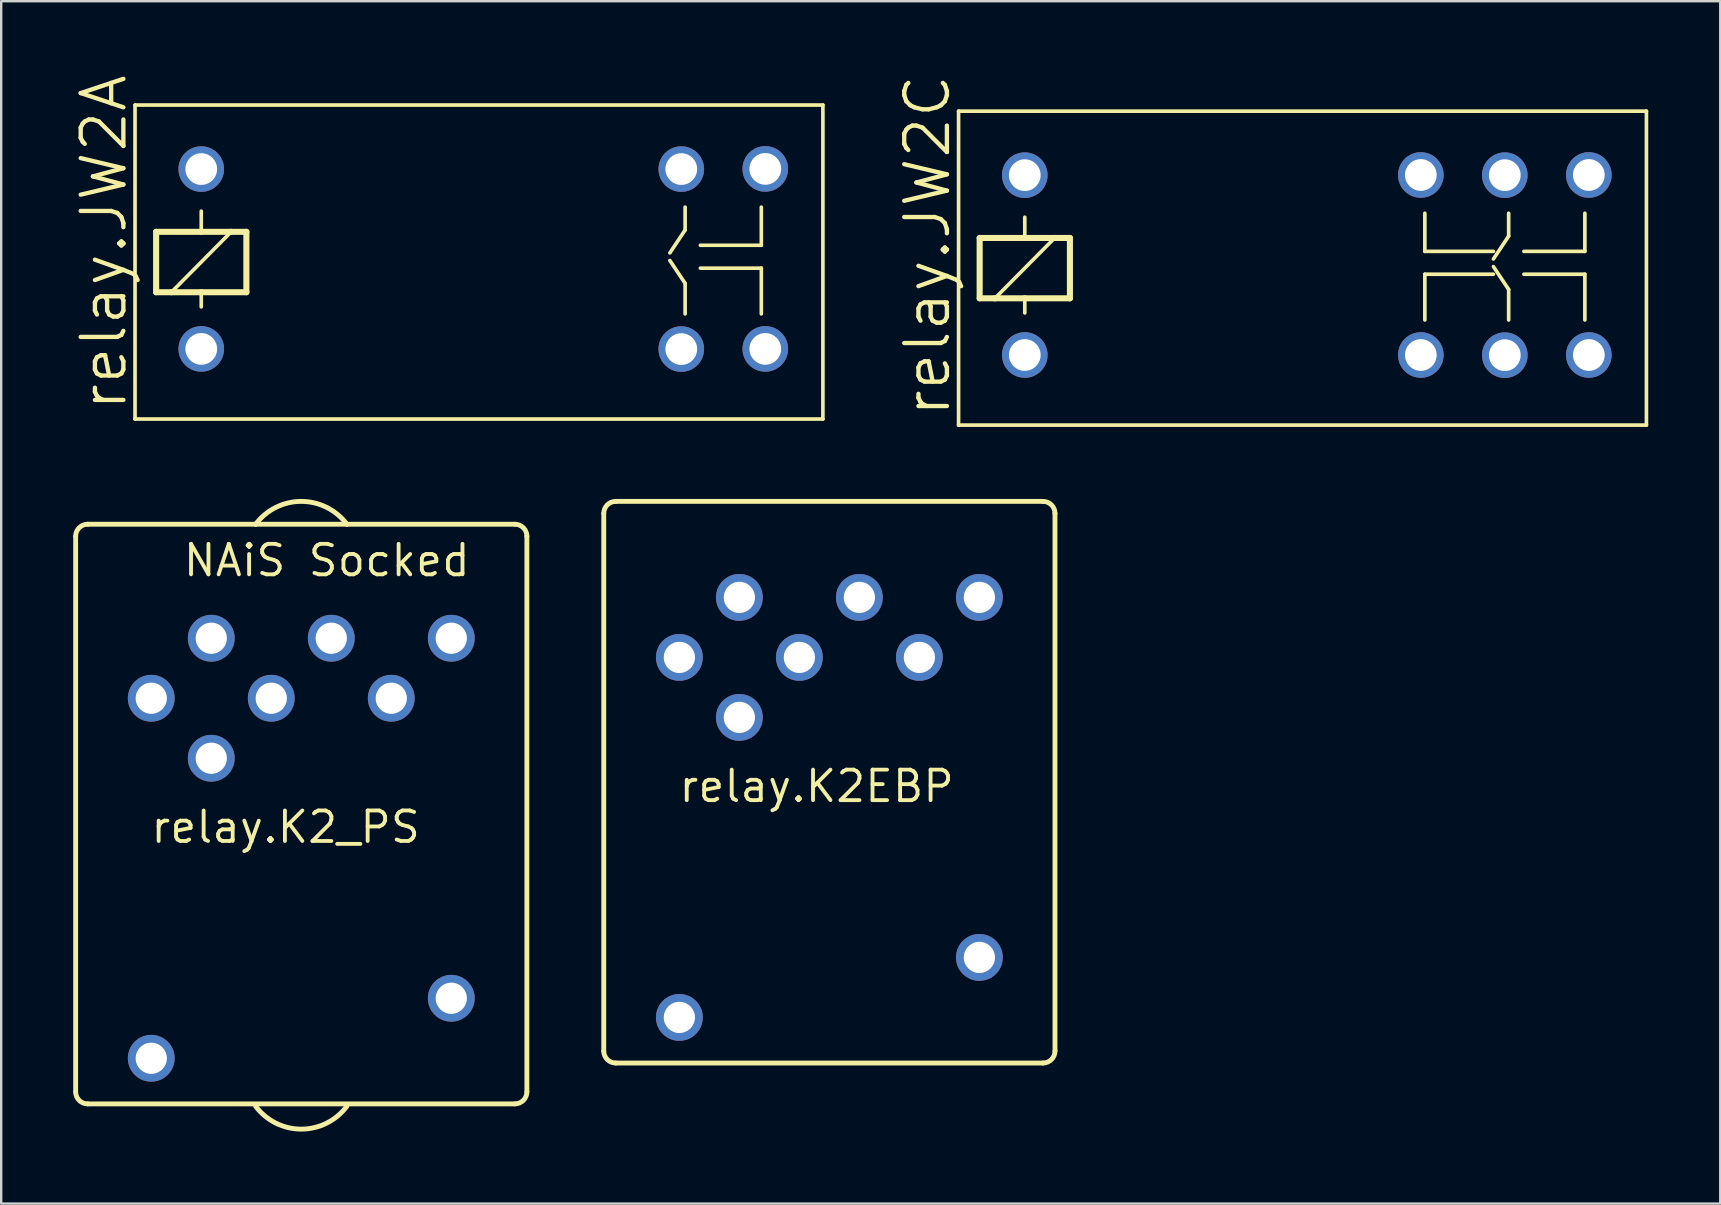
<source format=kicad_pcb>
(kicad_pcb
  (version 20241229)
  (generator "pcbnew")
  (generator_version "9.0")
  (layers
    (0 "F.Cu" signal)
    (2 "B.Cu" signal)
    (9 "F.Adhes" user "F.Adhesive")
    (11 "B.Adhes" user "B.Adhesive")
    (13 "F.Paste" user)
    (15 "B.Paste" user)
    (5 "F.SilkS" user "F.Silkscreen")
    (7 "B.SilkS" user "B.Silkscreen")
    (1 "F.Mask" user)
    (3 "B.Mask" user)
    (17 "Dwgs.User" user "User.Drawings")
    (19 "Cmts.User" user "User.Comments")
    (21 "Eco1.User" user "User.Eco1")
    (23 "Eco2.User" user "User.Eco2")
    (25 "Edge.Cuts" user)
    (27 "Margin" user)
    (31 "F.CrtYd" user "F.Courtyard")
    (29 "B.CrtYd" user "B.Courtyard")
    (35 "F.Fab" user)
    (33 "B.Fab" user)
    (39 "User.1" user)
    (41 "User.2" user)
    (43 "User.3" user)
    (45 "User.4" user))
  (footprint "relay.JW2A"
    (layer "F.Cu")
    (at 15.335 7.804)
    (property "Reference" "relay.JW2A" (at -13.018 6.35 90) (layer "F.SilkS") (effects (font (size 1.778 1.778) (thickness 0.18)) (justify left bottom)))
    (attr through_hole)
    (fp_line (start -12.759 6.604) (end -12.759 -6.477) (stroke (width 0.152) (type default)) (layer "F.SilkS"))
    (fp_line (start -12.759 6.604) (end 15.9 6.604) (stroke (width 0.152) (type default)) (layer "F.SilkS"))
    (fp_line (start -11.88 -1.194) (end -10 -1.194) (stroke (width 0.254) (type default)) (layer "F.SilkS"))
    (fp_line (start -11.88 1.321) (end -11.88 -1.194) (stroke (width 0.254) (type default)) (layer "F.SilkS"))
    (fp_line (start -11.245 1.321) (end -11.88 1.321) (stroke (width 0.254) (type default)) (layer "F.SilkS"))
    (fp_line (start -10 -2.057) (end -10 -1.194) (stroke (width 0.152) (type default)) (layer "F.SilkS"))
    (fp_line (start -10 -1.194) (end -8.755 -1.194) (stroke (width 0.254) (type default)) (layer "F.SilkS"))
    (fp_line (start -10 1.321) (end -11.245 1.321) (stroke (width 0.254) (type default)) (layer "F.SilkS"))
    (fp_line (start -10 1.321) (end -10 1.93) (stroke (width 0.152) (type default)) (layer "F.SilkS"))
    (fp_line (start -8.755 -1.194) (end -11.245 1.321) (stroke (width 0.152) (type default)) (layer "F.SilkS"))
    (fp_line (start -8.755 -1.194) (end -8.12 -1.194) (stroke (width 0.254) (type default)) (layer "F.SilkS"))
    (fp_line (start -8.12 -1.194) (end -8.12 1.321) (stroke (width 0.254) (type default)) (layer "F.SilkS"))
    (fp_line (start -8.12 1.321) (end -10 1.321) (stroke (width 0.254) (type default)) (layer "F.SilkS"))
    (fp_line (start 9.525 -0.318) (end 10.16 -1.27) (stroke (width 0.152) (type default)) (layer "F.SilkS"))
    (fp_line (start 9.525 0) (end 10.16 0.953) (stroke (width 0.152) (type default)) (layer "F.SilkS"))
    (fp_line (start 10.16 -2.223) (end 10.16 -1.27) (stroke (width 0.152) (type default)) (layer "F.SilkS"))
    (fp_line (start 10.16 2.223) (end 10.16 0.953) (stroke (width 0.152) (type default)) (layer "F.SilkS"))
    (fp_line (start 10.795 -0.635) (end 13.335 -0.635) (stroke (width 0.152) (type default)) (layer "F.SilkS"))
    (fp_line (start 10.795 0.318) (end 13.335 0.318) (stroke (width 0.152) (type default)) (layer "F.SilkS"))
    (fp_line (start 13.335 -0.635) (end 13.335 -2.223) (stroke (width 0.152) (type default)) (layer "F.SilkS"))
    (fp_line (start 13.335 0.318) (end 13.335 2.223) (stroke (width 0.152) (type default)) (layer "F.SilkS"))
    (fp_line (start 15.9 -6.477) (end -12.759 -6.477) (stroke (width 0.152) (type default)) (layer "F.SilkS"))
    (fp_line (start 15.9 -6.477) (end 15.9 6.604) (stroke (width 0.152) (type default)) (layer "F.SilkS"))
    (pad "1" thru_hole circle (at -10 3.683) (size 1.9 1.9) (drill 1.321) (layers "*.Cu" "*.Mask"))
    (pad "3" thru_hole circle (at 10 3.69) (size 1.9 1.9) (drill 1.321) (layers "*.Cu" "*.Mask"))
    (pad "4" thru_hole circle (at 13.5 3.683) (size 1.9 1.9) (drill 1.321) (layers "*.Cu" "*.Mask"))
    (pad "5" thru_hole circle (at 13.5 -3.817) (size 1.9 1.9) (drill 1.321) (layers "*.Cu" "*.Mask"))
    (pad "6" thru_hole circle (at 10 -3.81) (size 1.9 1.9) (drill 1.321) (layers "*.Cu" "*.Mask"))
    (pad "8" thru_hole circle (at -10 -3.81) (size 1.9 1.9) (drill 1.321) (layers "*.Cu" "*.Mask")))
  (footprint "relay.K2EBP"
    (layer "F.Cu")
    (at 31.505 30.59)
    (property "Reference" "relay.K2EBP" (at -6.35 -0.14 0) (layer "F.SilkS") (effects (font (size 1.27 1.27) (thickness 0.16)) (justify left bottom)))
    (attr through_hole)
    (fp_line (start -9.4 10.15) (end -9.4 -12.25) (stroke (width 0.203) (type default)) (layer "F.SilkS"))
    (fp_line (start -8.9 -12.75) (end 8.9 -12.75) (stroke (width 0.203) (type default)) (layer "F.SilkS"))
    (fp_line (start 8.9 10.65) (end -8.9 10.65) (stroke (width 0.203) (type default)) (layer "F.SilkS"))
    (fp_line (start 9.4 -12.25) (end 9.4 10.15) (stroke (width 0.203) (type default)) (layer "F.SilkS"))
    (fp_arc (start -9.4 -12.25) (mid -9.253553 -12.603553) (end -8.9 -12.75) (stroke (width 0.2032) (type default)) (layer "F.SilkS"))
    (fp_arc (start -8.9 10.65) (mid -9.253553 10.503553) (end -9.4 10.15) (stroke (width 0.2032) (type default)) (layer "F.SilkS"))
    (fp_arc (start 8.9 -12.75) (mid 9.253553 -12.603553) (end 9.4 -12.25) (stroke (width 0.2032) (type default)) (layer "F.SilkS"))
    (fp_arc (start 9.4 10.15) (mid 9.253553 10.503553) (end 8.9 10.65) (stroke (width 0.2032) (type default)) (layer "F.SilkS"))
    (pad "1" thru_hole circle (at 6.25 6.25 180) (size 1.95 1.95) (drill 1.3) (layers "*.Cu" "*.Mask"))
    (pad "2" thru_hole circle (at -6.25 8.75 180) (size 1.95 1.95) (drill 1.3) (layers "*.Cu" "*.Mask"))
    (pad "C1" thru_hole circle (at 1.25 -8.75 180) (size 1.95 1.95) (drill 1.3) (layers "*.Cu" "*.Mask"))
    (pad "C2" thru_hole circle (at -1.25 -6.25 180) (size 1.95 1.95) (drill 1.3) (layers "*.Cu" "*.Mask"))
    (pad "G" thru_hole circle (at -3.75 -3.75 180) (size 1.95 1.95) (drill 1.3) (layers "*.Cu" "*.Mask"))
    (pad "NC1" thru_hole circle (at 3.75 -6.25 180) (size 1.95 1.95) (drill 1.3) (layers "*.Cu" "*.Mask"))
    (pad "NC2" thru_hole circle (at -6.25 -6.25 180) (size 1.95 1.95) (drill 1.3) (layers "*.Cu" "*.Mask"))
    (pad "NO1" thru_hole circle (at 6.25 -8.75 180) (size 1.95 1.95) (drill 1.3) (layers "*.Cu" "*.Mask"))
    (pad "NO2" thru_hole circle (at -3.75 -8.75 180) (size 1.95 1.95) (drill 1.3) (layers "*.Cu" "*.Mask")))
  (footprint "relay.K2_PS"
    (layer "F.Cu")
    (at 9.502 32.292)
    (property "Reference" "relay.K2_PS" (at -6.35 -0.14 0) (layer "F.SilkS") (effects (font (size 1.27 1.27) (thickness 0.16)) (justify left bottom)))
    (attr through_hole)
    (fp_line (start -9.4 10.15) (end -9.4 -13) (stroke (width 0.203) (type default)) (layer "F.SilkS"))
    (fp_line (start -8.9 -13.5) (end -1.9 -13.5) (stroke (width 0.203) (type default)) (layer "F.SilkS"))
    (fp_line (start -1.9 -13.5) (end 1.9 -13.5) (stroke (width 0.203) (type default)) (layer "F.SilkS"))
    (fp_line (start 1.9 -13.5) (end 8.9 -13.5) (stroke (width 0.203) (type default)) (layer "F.SilkS"))
    (fp_line (start 8.9 10.65) (end -8.9 10.65) (stroke (width 0.203) (type default)) (layer "F.SilkS"))
    (fp_line (start 9.4 -13) (end 9.4 10.15) (stroke (width 0.203) (type default)) (layer "F.SilkS"))
    (fp_arc (start -9.4 -13) (mid -9.253553 -13.353553) (end -8.9 -13.5) (stroke (width 0.2032) (type default)) (layer "F.SilkS"))
    (fp_arc (start -8.9 10.65) (mid -9.253553 10.503553) (end -9.4 10.15) (stroke (width 0.2032) (type default)) (layer "F.SilkS"))
    (fp_arc (start -1.9 -13.5) (mid 0 -14.452124) (end 1.9 -13.5) (stroke (width 0.2032) (type default)) (layer "F.SilkS"))
    (fp_arc (start 1.9 10.75) (mid 0 11.702124) (end -1.9 10.75) (stroke (width 0.2032) (type default)) (layer "F.SilkS"))
    (fp_arc (start 8.9 -13.5) (mid 9.253553 -13.353553) (end 9.4 -13) (stroke (width 0.2032) (type default)) (layer "F.SilkS"))
    (fp_arc (start 9.4 10.15) (mid 9.253553 10.503553) (end 8.9 10.65) (stroke (width 0.2032) (type default)) (layer "F.SilkS"))
    (fp_text user "NAiS Socked" (at -5 -11.25 0) (layer "F.SilkS") (effects (font (size 1.27 1.27) (thickness 0.16)) (justify left bottom)))
    (pad "1" thru_hole circle (at 6.25 6.25 180) (size 1.95 1.95) (drill 1.3) (layers "*.Cu" "*.Mask"))
    (pad "2" thru_hole circle (at -6.25 8.75 180) (size 1.95 1.95) (drill 1.3) (layers "*.Cu" "*.Mask"))
    (pad "C1" thru_hole circle (at 1.25 -8.75 180) (size 1.95 1.95) (drill 1.3) (layers "*.Cu" "*.Mask"))
    (pad "C2" thru_hole circle (at -1.25 -6.25 180) (size 1.95 1.95) (drill 1.3) (layers "*.Cu" "*.Mask"))
    (pad "G" thru_hole circle (at -3.75 -3.75 180) (size 1.95 1.95) (drill 1.3) (layers "*.Cu" "*.Mask"))
    (pad "NC1" thru_hole circle (at 3.75 -6.25 180) (size 1.95 1.95) (drill 1.3) (layers "*.Cu" "*.Mask"))
    (pad "NC2" thru_hole circle (at -6.25 -6.25 180) (size 1.95 1.95) (drill 1.3) (layers "*.Cu" "*.Mask"))
    (pad "NO1" thru_hole circle (at 6.25 -8.75 180) (size 1.95 1.95) (drill 1.3) (layers "*.Cu" "*.Mask"))
    (pad "NO2" thru_hole circle (at -3.75 -8.75 180) (size 1.95 1.95) (drill 1.3) (layers "*.Cu" "*.Mask")))
  (footprint "relay.JW2C"
    (layer "F.Cu")
    (at 49.647 8.058)
    (property "Reference" "relay.JW2C" (at -13.018 6.35 90) (layer "F.SilkS") (effects (font (size 1.778 1.778) (thickness 0.18)) (justify left bottom)))
    (attr through_hole)
    (fp_line (start -12.759 6.604) (end -12.759 -6.477) (stroke (width 0.152) (type default)) (layer "F.SilkS"))
    (fp_line (start -12.759 6.604) (end 15.9 6.604) (stroke (width 0.152) (type default)) (layer "F.SilkS"))
    (fp_line (start -11.88 -1.194) (end -10 -1.194) (stroke (width 0.254) (type default)) (layer "F.SilkS"))
    (fp_line (start -11.88 1.321) (end -11.88 -1.194) (stroke (width 0.254) (type default)) (layer "F.SilkS"))
    (fp_line (start -11.245 1.321) (end -11.88 1.321) (stroke (width 0.254) (type default)) (layer "F.SilkS"))
    (fp_line (start -10 -2.057) (end -10 -1.194) (stroke (width 0.152) (type default)) (layer "F.SilkS"))
    (fp_line (start -10 -1.194) (end -8.755 -1.194) (stroke (width 0.254) (type default)) (layer "F.SilkS"))
    (fp_line (start -10 1.321) (end -11.245 1.321) (stroke (width 0.254) (type default)) (layer "F.SilkS"))
    (fp_line (start -10 1.321) (end -10 1.93) (stroke (width 0.152) (type default)) (layer "F.SilkS"))
    (fp_line (start -8.755 -1.194) (end -11.245 1.321) (stroke (width 0.152) (type default)) (layer "F.SilkS"))
    (fp_line (start -8.755 -1.194) (end -8.12 -1.194) (stroke (width 0.254) (type default)) (layer "F.SilkS"))
    (fp_line (start -8.12 -1.194) (end -8.12 1.321) (stroke (width 0.254) (type default)) (layer "F.SilkS"))
    (fp_line (start -8.12 1.321) (end -10 1.321) (stroke (width 0.254) (type default)) (layer "F.SilkS"))
    (fp_line (start 6.668 -0.635) (end 6.668 -2.223) (stroke (width 0.152) (type default)) (layer "F.SilkS"))
    (fp_line (start 6.668 -0.635) (end 9.525 -0.635) (stroke (width 0.152) (type default)) (layer "F.SilkS"))
    (fp_line (start 6.668 0.318) (end 6.668 2.223) (stroke (width 0.152) (type default)) (layer "F.SilkS"))
    (fp_line (start 6.668 0.318) (end 9.525 0.318) (stroke (width 0.152) (type default)) (layer "F.SilkS"))
    (fp_line (start 9.525 -0.318) (end 10.16 -1.27) (stroke (width 0.152) (type default)) (layer "F.SilkS"))
    (fp_line (start 9.525 0) (end 10.16 0.953) (stroke (width 0.152) (type default)) (layer "F.SilkS"))
    (fp_line (start 10.16 -2.223) (end 10.16 -1.27) (stroke (width 0.152) (type default)) (layer "F.SilkS"))
    (fp_line (start 10.16 2.223) (end 10.16 0.953) (stroke (width 0.152) (type default)) (layer "F.SilkS"))
    (fp_line (start 10.795 -0.635) (end 13.335 -0.635) (stroke (width 0.152) (type default)) (layer "F.SilkS"))
    (fp_line (start 10.795 0.318) (end 13.335 0.318) (stroke (width 0.152) (type default)) (layer "F.SilkS"))
    (fp_line (start 13.335 -0.635) (end 13.335 -2.223) (stroke (width 0.152) (type default)) (layer "F.SilkS"))
    (fp_line (start 13.335 0.318) (end 13.335 2.223) (stroke (width 0.152) (type default)) (layer "F.SilkS"))
    (fp_line (start 15.9 -6.477) (end -12.759 -6.477) (stroke (width 0.152) (type default)) (layer "F.SilkS"))
    (fp_line (start 15.9 -6.477) (end 15.9 6.604) (stroke (width 0.152) (type default)) (layer "F.SilkS"))
    (pad "1" thru_hole circle (at -10 3.683) (size 1.9 1.9) (drill 1.321) (layers "*.Cu" "*.Mask"))
    (pad "2" thru_hole circle (at 6.5 3.683) (size 1.9 1.9) (drill 1.321) (layers "*.Cu" "*.Mask"))
    (pad "3" thru_hole circle (at 10 3.69) (size 1.9 1.9) (drill 1.321) (layers "*.Cu" "*.Mask"))
    (pad "4" thru_hole circle (at 13.5 3.683) (size 1.9 1.9) (drill 1.321) (layers "*.Cu" "*.Mask"))
    (pad "5" thru_hole circle (at 13.5 -3.817) (size 1.9 1.9) (drill 1.321) (layers "*.Cu" "*.Mask"))
    (pad "6" thru_hole circle (at 10 -3.81) (size 1.9 1.9) (drill 1.321) (layers "*.Cu" "*.Mask"))
    (pad "7" thru_hole circle (at 6.5 -3.817) (size 1.9 1.9) (drill 1.321) (layers "*.Cu" "*.Mask"))
    (pad "8" thru_hole circle (at -10 -3.81) (size 1.9 1.9) (drill 1.321) (layers "*.Cu" "*.Mask")))
  (gr_rect
    (start -3 -3)
    (end 68.623 47.096)
    (stroke (width 0.1) (type default))
    (fill no)
    (layer "Edge.Cuts")))
</source>
